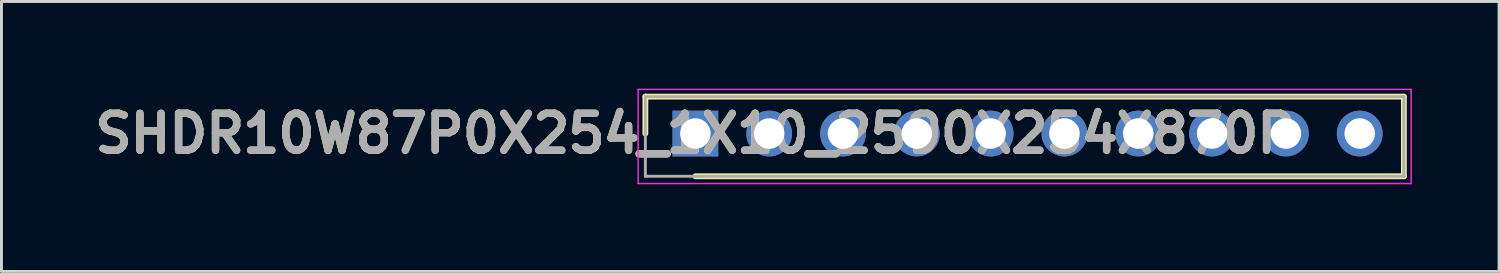
<source format=kicad_pcb>
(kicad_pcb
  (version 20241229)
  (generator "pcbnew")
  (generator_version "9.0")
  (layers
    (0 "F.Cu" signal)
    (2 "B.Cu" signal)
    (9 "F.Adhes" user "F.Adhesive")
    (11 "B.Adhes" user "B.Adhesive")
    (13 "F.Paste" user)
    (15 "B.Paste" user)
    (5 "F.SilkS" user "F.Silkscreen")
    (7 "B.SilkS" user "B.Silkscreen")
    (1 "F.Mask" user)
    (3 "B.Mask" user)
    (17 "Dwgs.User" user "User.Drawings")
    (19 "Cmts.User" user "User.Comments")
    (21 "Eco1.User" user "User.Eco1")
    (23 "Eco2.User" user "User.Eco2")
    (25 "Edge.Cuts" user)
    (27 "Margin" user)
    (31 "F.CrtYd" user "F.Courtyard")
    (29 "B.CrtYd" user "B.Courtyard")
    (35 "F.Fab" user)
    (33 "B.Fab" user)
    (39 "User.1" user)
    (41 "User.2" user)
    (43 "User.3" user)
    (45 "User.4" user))
  (footprint "SHDR10W87P0X254_1X10_2590X254X870P"
    (layer "F.Cu")
    (at 20.876 1.545)
    (property "Reference" "SHDR10W87P0X254_1X10_2590X254X870P" (at 0 0 0) (layer "F.SilkS") (effects (font (size 1.27 1.27) (thickness 0.254))))
    (attr through_hole)
    (fp_line (start -1.72 -1.27) (end -1.72 0) (stroke (width 0.2) (type solid)) (layer "F.SilkS"))
    (fp_line (start 0 1.47) (end 24.38 1.47) (stroke (width 0.2) (type solid)) (layer "F.SilkS"))
    (fp_line (start 24.38 -1.27) (end -1.72 -1.27) (stroke (width 0.2) (type solid)) (layer "F.SilkS"))
    (fp_line (start 24.38 1.47) (end 24.38 -1.27) (stroke (width 0.2) (type solid)) (layer "F.SilkS"))
    (fp_line (start -1.97 -1.52) (end 24.63 -1.52) (stroke (width 0.05) (type solid)) (layer "F.CrtYd"))
    (fp_line (start -1.97 1.72) (end -1.97 -1.52) (stroke (width 0.05) (type solid)) (layer "F.CrtYd"))
    (fp_line (start 24.63 -1.52) (end 24.63 1.72) (stroke (width 0.05) (type solid)) (layer "F.CrtYd"))
    (fp_line (start 24.63 1.72) (end -1.97 1.72) (stroke (width 0.05) (type solid)) (layer "F.CrtYd"))
    (fp_line (start -1.72 -1.27) (end 24.38 -1.27) (stroke (width 0.1) (type solid)) (layer "F.Fab"))
    (fp_line (start -1.72 1.47) (end -1.72 -1.27) (stroke (width 0.1) (type solid)) (layer "F.Fab"))
    (fp_line (start 24.38 -1.27) (end 24.38 1.47) (stroke (width 0.1) (type solid)) (layer "F.Fab"))
    (fp_line (start 24.38 1.47) (end -1.72 1.47) (stroke (width 0.1) (type solid)) (layer "F.Fab"))
    (fp_text user "${REFERENCE}" (at 0 0 0) (layer "F.Fab") (effects (font (size 1.27 1.27) (thickness 0.254))))
    (pad "1" thru_hole rect (at 0 0) (size 1.575 1.575) (drill 1.05) (layers "*.Cu" "*.Mask"))
    (pad "2" thru_hole circle (at 2.54 0) (size 1.575 1.575) (drill 1.05) (layers "*.Cu" "*.Mask"))
    (pad "3" thru_hole circle (at 5.08 0) (size 1.575 1.575) (drill 1.05) (layers "*.Cu" "*.Mask"))
    (pad "4" thru_hole circle (at 7.62 0) (size 1.575 1.575) (drill 1.05) (layers "*.Cu" "*.Mask"))
    (pad "5" thru_hole circle (at 10.16 0) (size 1.575 1.575) (drill 1.05) (layers "*.Cu" "*.Mask"))
    (pad "6" thru_hole circle (at 12.7 0) (size 1.575 1.575) (drill 1.05) (layers "*.Cu" "*.Mask"))
    (pad "7" thru_hole circle (at 15.24 0) (size 1.575 1.575) (drill 1.05) (layers "*.Cu" "*.Mask"))
    (pad "8" thru_hole circle (at 17.78 0) (size 1.575 1.575) (drill 1.05) (layers "*.Cu" "*.Mask"))
    (pad "9" thru_hole circle (at 20.32 0) (size 1.575 1.575) (drill 1.05) (layers "*.Cu" "*.Mask"))
    (pad "10" thru_hole circle (at 22.86 0) (size 1.575 1.575) (drill 1.05) (layers "*.Cu" "*.Mask")))
  (gr_rect
    (start -3 -3)
    (end 48.531 6.29)
    (stroke (width 0.1) (type default))
    (fill no)
    (layer "Edge.Cuts")))
</source>
